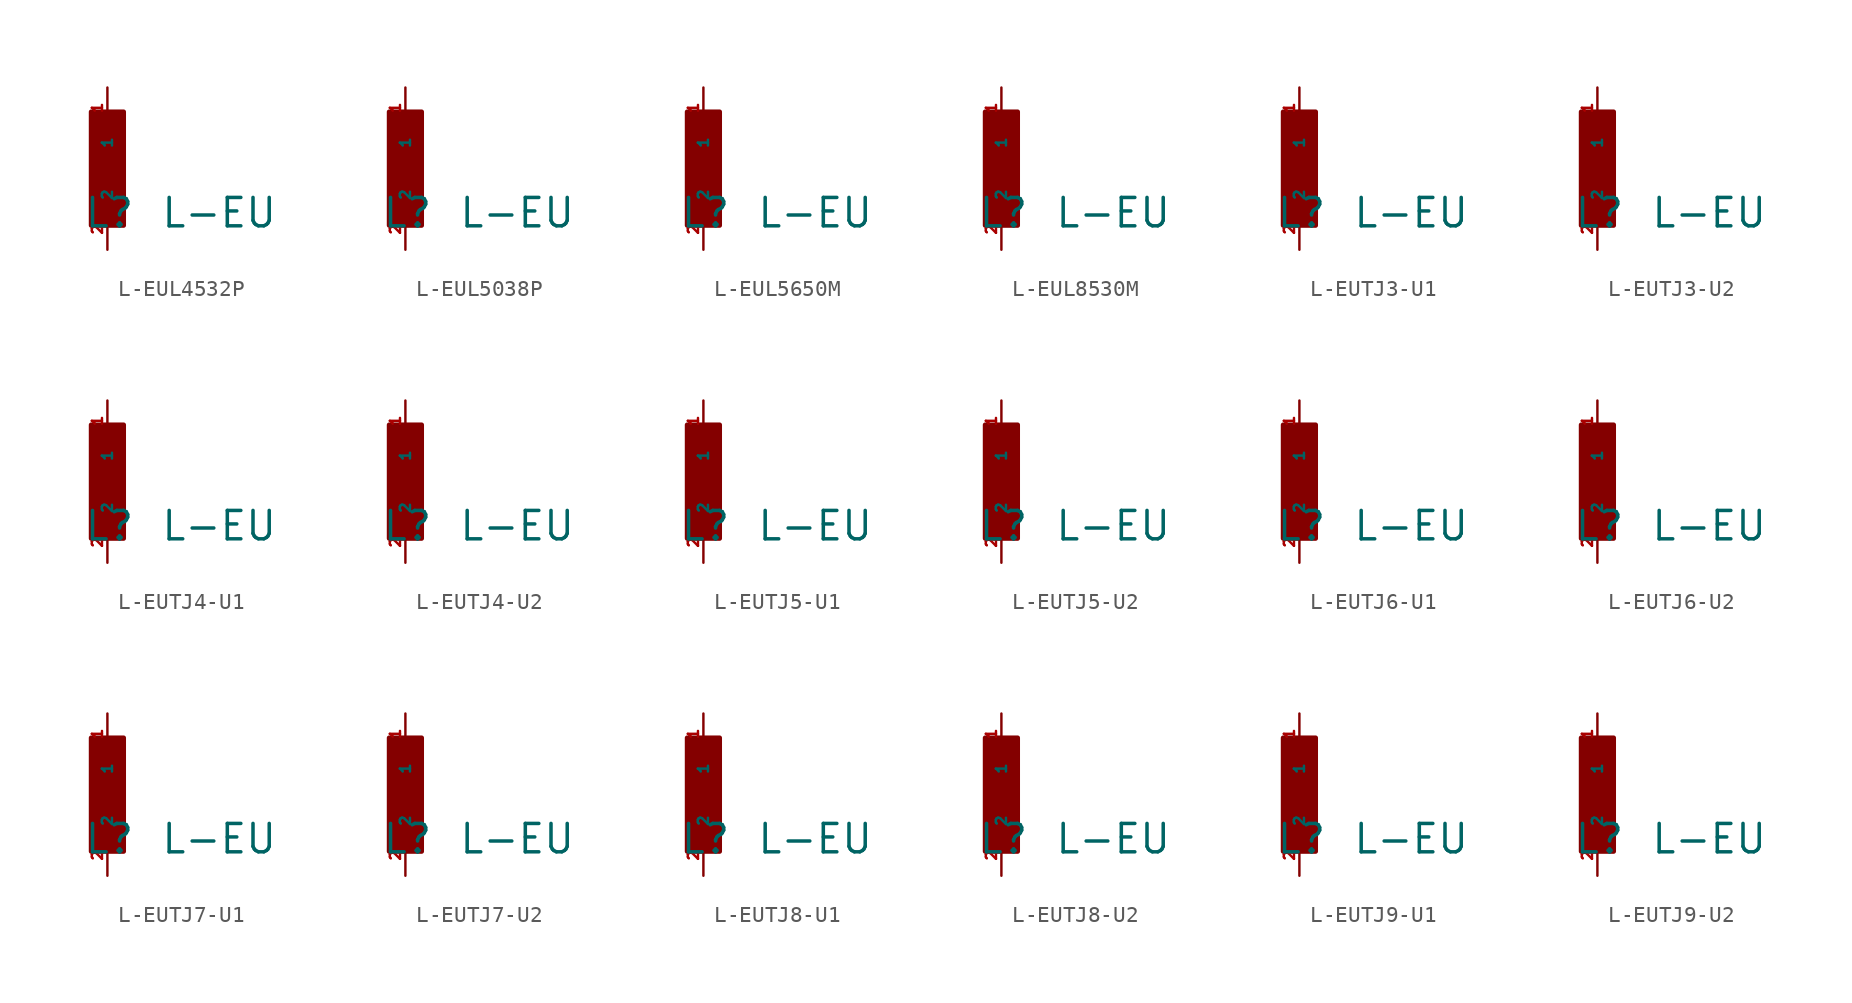
<source format=kicad_sym>
(kicad_symbol_lib
  (version 20220914)
  (generator Eagle2Kicad)
  (symbol "L-EUL4532P"
    (property "Reference" "L"
      (at -1.499 -3.81 0)
      (effects (font (size 1.778 1.778) (thickness 0.22)) (justify left bottom)))
    (property "Value" "L-EU"
      (at 3.302 -3.81 0)
      (effects (font (size 1.778 1.778) (thickness 0.22)) (justify left bottom)))
    (rectangle
      (start -1.016 -3.556)
      (end 1.016 3.556)
      (stroke (width 0.3) (type default))
      (fill (type outline)))
    (pin passive line
      (at 0 -5.08 90)
      (length 2.54)
      (name "2" (effects (font (size 0.635 0.635) (thickness 0.08)) (justify left bottom)))
      (number "2" (effects (font (size 0.635 0.635) (thickness 0.08)) (justify left bottom))))
    (pin passive line
      (at 0 5.08 270)
      (length 2.54)
      (name "1" (effects (font (size 0.635 0.635) (thickness 0.08)) (justify left bottom)))
      (number "1" (effects (font (size 0.635 0.635) (thickness 0.08)) (justify left bottom)))))
  (symbol "L-EUL5038P"
    (property "Reference" "L"
      (at -1.499 -3.81 0)
      (effects (font (size 1.778 1.778) (thickness 0.22)) (justify left bottom)))
    (property "Value" "L-EU"
      (at 3.302 -3.81 0)
      (effects (font (size 1.778 1.778) (thickness 0.22)) (justify left bottom)))
    (rectangle
      (start -1.016 -3.556)
      (end 1.016 3.556)
      (stroke (width 0.3) (type default))
      (fill (type outline)))
    (pin passive line
      (at 0 -5.08 90)
      (length 2.54)
      (name "2" (effects (font (size 0.635 0.635) (thickness 0.08)) (justify left bottom)))
      (number "2" (effects (font (size 0.635 0.635) (thickness 0.08)) (justify left bottom))))
    (pin passive line
      (at 0 5.08 270)
      (length 2.54)
      (name "1" (effects (font (size 0.635 0.635) (thickness 0.08)) (justify left bottom)))
      (number "1" (effects (font (size 0.635 0.635) (thickness 0.08)) (justify left bottom)))))
  (symbol "L-EUL5650M"
    (property "Reference" "L"
      (at -1.499 -3.81 0)
      (effects (font (size 1.778 1.778) (thickness 0.22)) (justify left bottom)))
    (property "Value" "L-EU"
      (at 3.302 -3.81 0)
      (effects (font (size 1.778 1.778) (thickness 0.22)) (justify left bottom)))
    (rectangle
      (start -1.016 -3.556)
      (end 1.016 3.556)
      (stroke (width 0.3) (type default))
      (fill (type outline)))
    (pin passive line
      (at 0 -5.08 90)
      (length 2.54)
      (name "2" (effects (font (size 0.635 0.635) (thickness 0.08)) (justify left bottom)))
      (number "2" (effects (font (size 0.635 0.635) (thickness 0.08)) (justify left bottom))))
    (pin passive line
      (at 0 5.08 270)
      (length 2.54)
      (name "1" (effects (font (size 0.635 0.635) (thickness 0.08)) (justify left bottom)))
      (number "1" (effects (font (size 0.635 0.635) (thickness 0.08)) (justify left bottom)))))
  (symbol "L-EUL8530M"
    (property "Reference" "L"
      (at -1.499 -3.81 0)
      (effects (font (size 1.778 1.778) (thickness 0.22)) (justify left bottom)))
    (property "Value" "L-EU"
      (at 3.302 -3.81 0)
      (effects (font (size 1.778 1.778) (thickness 0.22)) (justify left bottom)))
    (rectangle
      (start -1.016 -3.556)
      (end 1.016 3.556)
      (stroke (width 0.3) (type default))
      (fill (type outline)))
    (pin passive line
      (at 0 -5.08 90)
      (length 2.54)
      (name "2" (effects (font (size 0.635 0.635) (thickness 0.08)) (justify left bottom)))
      (number "2" (effects (font (size 0.635 0.635) (thickness 0.08)) (justify left bottom))))
    (pin passive line
      (at 0 5.08 270)
      (length 2.54)
      (name "1" (effects (font (size 0.635 0.635) (thickness 0.08)) (justify left bottom)))
      (number "1" (effects (font (size 0.635 0.635) (thickness 0.08)) (justify left bottom)))))
  (symbol "L-EUTJ3-U1"
    (property "Reference" "L"
      (at -1.499 -3.81 0)
      (effects (font (size 1.778 1.778) (thickness 0.22)) (justify left bottom)))
    (property "Value" "L-EU"
      (at 3.302 -3.81 0)
      (effects (font (size 1.778 1.778) (thickness 0.22)) (justify left bottom)))
    (rectangle
      (start -1.016 -3.556)
      (end 1.016 3.556)
      (stroke (width 0.3) (type default))
      (fill (type outline)))
    (pin passive line
      (at 0 -5.08 90)
      (length 2.54)
      (name "2" (effects (font (size 0.635 0.635) (thickness 0.08)) (justify left bottom)))
      (number "2" (effects (font (size 0.635 0.635) (thickness 0.08)) (justify left bottom))))
    (pin passive line
      (at 0 5.08 270)
      (length 2.54)
      (name "1" (effects (font (size 0.635 0.635) (thickness 0.08)) (justify left bottom)))
      (number "1" (effects (font (size 0.635 0.635) (thickness 0.08)) (justify left bottom)))))
  (symbol "L-EUTJ3-U2"
    (property "Reference" "L"
      (at -1.499 -3.81 0)
      (effects (font (size 1.778 1.778) (thickness 0.22)) (justify left bottom)))
    (property "Value" "L-EU"
      (at 3.302 -3.81 0)
      (effects (font (size 1.778 1.778) (thickness 0.22)) (justify left bottom)))
    (rectangle
      (start -1.016 -3.556)
      (end 1.016 3.556)
      (stroke (width 0.3) (type default))
      (fill (type outline)))
    (pin passive line
      (at 0 -5.08 90)
      (length 2.54)
      (name "2" (effects (font (size 0.635 0.635) (thickness 0.08)) (justify left bottom)))
      (number "2" (effects (font (size 0.635 0.635) (thickness 0.08)) (justify left bottom))))
    (pin passive line
      (at 0 5.08 270)
      (length 2.54)
      (name "1" (effects (font (size 0.635 0.635) (thickness 0.08)) (justify left bottom)))
      (number "1" (effects (font (size 0.635 0.635) (thickness 0.08)) (justify left bottom)))))
  (symbol "L-EUTJ4-U1"
    (property "Reference" "L"
      (at -1.499 -3.81 0)
      (effects (font (size 1.778 1.778) (thickness 0.22)) (justify left bottom)))
    (property "Value" "L-EU"
      (at 3.302 -3.81 0)
      (effects (font (size 1.778 1.778) (thickness 0.22)) (justify left bottom)))
    (rectangle
      (start -1.016 -3.556)
      (end 1.016 3.556)
      (stroke (width 0.3) (type default))
      (fill (type outline)))
    (pin passive line
      (at 0 -5.08 90)
      (length 2.54)
      (name "2" (effects (font (size 0.635 0.635) (thickness 0.08)) (justify left bottom)))
      (number "2" (effects (font (size 0.635 0.635) (thickness 0.08)) (justify left bottom))))
    (pin passive line
      (at 0 5.08 270)
      (length 2.54)
      (name "1" (effects (font (size 0.635 0.635) (thickness 0.08)) (justify left bottom)))
      (number "1" (effects (font (size 0.635 0.635) (thickness 0.08)) (justify left bottom)))))
  (symbol "L-EUTJ4-U2"
    (property "Reference" "L"
      (at -1.499 -3.81 0)
      (effects (font (size 1.778 1.778) (thickness 0.22)) (justify left bottom)))
    (property "Value" "L-EU"
      (at 3.302 -3.81 0)
      (effects (font (size 1.778 1.778) (thickness 0.22)) (justify left bottom)))
    (rectangle
      (start -1.016 -3.556)
      (end 1.016 3.556)
      (stroke (width 0.3) (type default))
      (fill (type outline)))
    (pin passive line
      (at 0 -5.08 90)
      (length 2.54)
      (name "2" (effects (font (size 0.635 0.635) (thickness 0.08)) (justify left bottom)))
      (number "2" (effects (font (size 0.635 0.635) (thickness 0.08)) (justify left bottom))))
    (pin passive line
      (at 0 5.08 270)
      (length 2.54)
      (name "1" (effects (font (size 0.635 0.635) (thickness 0.08)) (justify left bottom)))
      (number "1" (effects (font (size 0.635 0.635) (thickness 0.08)) (justify left bottom)))))
  (symbol "L-EUTJ5-U1"
    (property "Reference" "L"
      (at -1.499 -3.81 0)
      (effects (font (size 1.778 1.778) (thickness 0.22)) (justify left bottom)))
    (property "Value" "L-EU"
      (at 3.302 -3.81 0)
      (effects (font (size 1.778 1.778) (thickness 0.22)) (justify left bottom)))
    (rectangle
      (start -1.016 -3.556)
      (end 1.016 3.556)
      (stroke (width 0.3) (type default))
      (fill (type outline)))
    (pin passive line
      (at 0 -5.08 90)
      (length 2.54)
      (name "2" (effects (font (size 0.635 0.635) (thickness 0.08)) (justify left bottom)))
      (number "2" (effects (font (size 0.635 0.635) (thickness 0.08)) (justify left bottom))))
    (pin passive line
      (at 0 5.08 270)
      (length 2.54)
      (name "1" (effects (font (size 0.635 0.635) (thickness 0.08)) (justify left bottom)))
      (number "1" (effects (font (size 0.635 0.635) (thickness 0.08)) (justify left bottom)))))
  (symbol "L-EUTJ5-U2"
    (property "Reference" "L"
      (at -1.499 -3.81 0)
      (effects (font (size 1.778 1.778) (thickness 0.22)) (justify left bottom)))
    (property "Value" "L-EU"
      (at 3.302 -3.81 0)
      (effects (font (size 1.778 1.778) (thickness 0.22)) (justify left bottom)))
    (rectangle
      (start -1.016 -3.556)
      (end 1.016 3.556)
      (stroke (width 0.3) (type default))
      (fill (type outline)))
    (pin passive line
      (at 0 -5.08 90)
      (length 2.54)
      (name "2" (effects (font (size 0.635 0.635) (thickness 0.08)) (justify left bottom)))
      (number "2" (effects (font (size 0.635 0.635) (thickness 0.08)) (justify left bottom))))
    (pin passive line
      (at 0 5.08 270)
      (length 2.54)
      (name "1" (effects (font (size 0.635 0.635) (thickness 0.08)) (justify left bottom)))
      (number "1" (effects (font (size 0.635 0.635) (thickness 0.08)) (justify left bottom)))))
  (symbol "L-EUTJ6-U1"
    (property "Reference" "L"
      (at -1.499 -3.81 0)
      (effects (font (size 1.778 1.778) (thickness 0.22)) (justify left bottom)))
    (property "Value" "L-EU"
      (at 3.302 -3.81 0)
      (effects (font (size 1.778 1.778) (thickness 0.22)) (justify left bottom)))
    (rectangle
      (start -1.016 -3.556)
      (end 1.016 3.556)
      (stroke (width 0.3) (type default))
      (fill (type outline)))
    (pin passive line
      (at 0 -5.08 90)
      (length 2.54)
      (name "2" (effects (font (size 0.635 0.635) (thickness 0.08)) (justify left bottom)))
      (number "2" (effects (font (size 0.635 0.635) (thickness 0.08)) (justify left bottom))))
    (pin passive line
      (at 0 5.08 270)
      (length 2.54)
      (name "1" (effects (font (size 0.635 0.635) (thickness 0.08)) (justify left bottom)))
      (number "1" (effects (font (size 0.635 0.635) (thickness 0.08)) (justify left bottom)))))
  (symbol "L-EUTJ6-U2"
    (property "Reference" "L"
      (at -1.499 -3.81 0)
      (effects (font (size 1.778 1.778) (thickness 0.22)) (justify left bottom)))
    (property "Value" "L-EU"
      (at 3.302 -3.81 0)
      (effects (font (size 1.778 1.778) (thickness 0.22)) (justify left bottom)))
    (rectangle
      (start -1.016 -3.556)
      (end 1.016 3.556)
      (stroke (width 0.3) (type default))
      (fill (type outline)))
    (pin passive line
      (at 0 -5.08 90)
      (length 2.54)
      (name "2" (effects (font (size 0.635 0.635) (thickness 0.08)) (justify left bottom)))
      (number "2" (effects (font (size 0.635 0.635) (thickness 0.08)) (justify left bottom))))
    (pin passive line
      (at 0 5.08 270)
      (length 2.54)
      (name "1" (effects (font (size 0.635 0.635) (thickness 0.08)) (justify left bottom)))
      (number "1" (effects (font (size 0.635 0.635) (thickness 0.08)) (justify left bottom)))))
  (symbol "L-EUTJ7-U1"
    (property "Reference" "L"
      (at -1.499 -3.81 0)
      (effects (font (size 1.778 1.778) (thickness 0.22)) (justify left bottom)))
    (property "Value" "L-EU"
      (at 3.302 -3.81 0)
      (effects (font (size 1.778 1.778) (thickness 0.22)) (justify left bottom)))
    (rectangle
      (start -1.016 -3.556)
      (end 1.016 3.556)
      (stroke (width 0.3) (type default))
      (fill (type outline)))
    (pin passive line
      (at 0 -5.08 90)
      (length 2.54)
      (name "2" (effects (font (size 0.635 0.635) (thickness 0.08)) (justify left bottom)))
      (number "2" (effects (font (size 0.635 0.635) (thickness 0.08)) (justify left bottom))))
    (pin passive line
      (at 0 5.08 270)
      (length 2.54)
      (name "1" (effects (font (size 0.635 0.635) (thickness 0.08)) (justify left bottom)))
      (number "1" (effects (font (size 0.635 0.635) (thickness 0.08)) (justify left bottom)))))
  (symbol "L-EUTJ7-U2"
    (property "Reference" "L"
      (at -1.499 -3.81 0)
      (effects (font (size 1.778 1.778) (thickness 0.22)) (justify left bottom)))
    (property "Value" "L-EU"
      (at 3.302 -3.81 0)
      (effects (font (size 1.778 1.778) (thickness 0.22)) (justify left bottom)))
    (rectangle
      (start -1.016 -3.556)
      (end 1.016 3.556)
      (stroke (width 0.3) (type default))
      (fill (type outline)))
    (pin passive line
      (at 0 -5.08 90)
      (length 2.54)
      (name "2" (effects (font (size 0.635 0.635) (thickness 0.08)) (justify left bottom)))
      (number "2" (effects (font (size 0.635 0.635) (thickness 0.08)) (justify left bottom))))
    (pin passive line
      (at 0 5.08 270)
      (length 2.54)
      (name "1" (effects (font (size 0.635 0.635) (thickness 0.08)) (justify left bottom)))
      (number "1" (effects (font (size 0.635 0.635) (thickness 0.08)) (justify left bottom)))))
  (symbol "L-EUTJ8-U1"
    (property "Reference" "L"
      (at -1.499 -3.81 0)
      (effects (font (size 1.778 1.778) (thickness 0.22)) (justify left bottom)))
    (property "Value" "L-EU"
      (at 3.302 -3.81 0)
      (effects (font (size 1.778 1.778) (thickness 0.22)) (justify left bottom)))
    (rectangle
      (start -1.016 -3.556)
      (end 1.016 3.556)
      (stroke (width 0.3) (type default))
      (fill (type outline)))
    (pin passive line
      (at 0 -5.08 90)
      (length 2.54)
      (name "2" (effects (font (size 0.635 0.635) (thickness 0.08)) (justify left bottom)))
      (number "2" (effects (font (size 0.635 0.635) (thickness 0.08)) (justify left bottom))))
    (pin passive line
      (at 0 5.08 270)
      (length 2.54)
      (name "1" (effects (font (size 0.635 0.635) (thickness 0.08)) (justify left bottom)))
      (number "1" (effects (font (size 0.635 0.635) (thickness 0.08)) (justify left bottom)))))
  (symbol "L-EUTJ8-U2"
    (property "Reference" "L"
      (at -1.499 -3.81 0)
      (effects (font (size 1.778 1.778) (thickness 0.22)) (justify left bottom)))
    (property "Value" "L-EU"
      (at 3.302 -3.81 0)
      (effects (font (size 1.778 1.778) (thickness 0.22)) (justify left bottom)))
    (rectangle
      (start -1.016 -3.556)
      (end 1.016 3.556)
      (stroke (width 0.3) (type default))
      (fill (type outline)))
    (pin passive line
      (at 0 -5.08 90)
      (length 2.54)
      (name "2" (effects (font (size 0.635 0.635) (thickness 0.08)) (justify left bottom)))
      (number "2" (effects (font (size 0.635 0.635) (thickness 0.08)) (justify left bottom))))
    (pin passive line
      (at 0 5.08 270)
      (length 2.54)
      (name "1" (effects (font (size 0.635 0.635) (thickness 0.08)) (justify left bottom)))
      (number "1" (effects (font (size 0.635 0.635) (thickness 0.08)) (justify left bottom)))))
  (symbol "L-EUTJ9-U1"
    (property "Reference" "L"
      (at -1.499 -3.81 0)
      (effects (font (size 1.778 1.778) (thickness 0.22)) (justify left bottom)))
    (property "Value" "L-EU"
      (at 3.302 -3.81 0)
      (effects (font (size 1.778 1.778) (thickness 0.22)) (justify left bottom)))
    (rectangle
      (start -1.016 -3.556)
      (end 1.016 3.556)
      (stroke (width 0.3) (type default))
      (fill (type outline)))
    (pin passive line
      (at 0 -5.08 90)
      (length 2.54)
      (name "2" (effects (font (size 0.635 0.635) (thickness 0.08)) (justify left bottom)))
      (number "2" (effects (font (size 0.635 0.635) (thickness 0.08)) (justify left bottom))))
    (pin passive line
      (at 0 5.08 270)
      (length 2.54)
      (name "1" (effects (font (size 0.635 0.635) (thickness 0.08)) (justify left bottom)))
      (number "1" (effects (font (size 0.635 0.635) (thickness 0.08)) (justify left bottom)))))
  (symbol "L-EUTJ9-U2"
    (property "Reference" "L"
      (at -1.499 -3.81 0)
      (effects (font (size 1.778 1.778) (thickness 0.22)) (justify left bottom)))
    (property "Value" "L-EU"
      (at 3.302 -3.81 0)
      (effects (font (size 1.778 1.778) (thickness 0.22)) (justify left bottom)))
    (rectangle
      (start -1.016 -3.556)
      (end 1.016 3.556)
      (stroke (width 0.3) (type default))
      (fill (type outline)))
    (pin passive line
      (at 0 -5.08 90)
      (length 2.54)
      (name "2" (effects (font (size 0.635 0.635) (thickness 0.08)) (justify left bottom)))
      (number "2" (effects (font (size 0.635 0.635) (thickness 0.08)) (justify left bottom))))
    (pin passive line
      (at 0 5.08 270)
      (length 2.54)
      (name "1" (effects (font (size 0.635 0.635) (thickness 0.08)) (justify left bottom)))
      (number "1" (effects (font (size 0.635 0.635) (thickness 0.08)) (justify left bottom))))))
</source>
